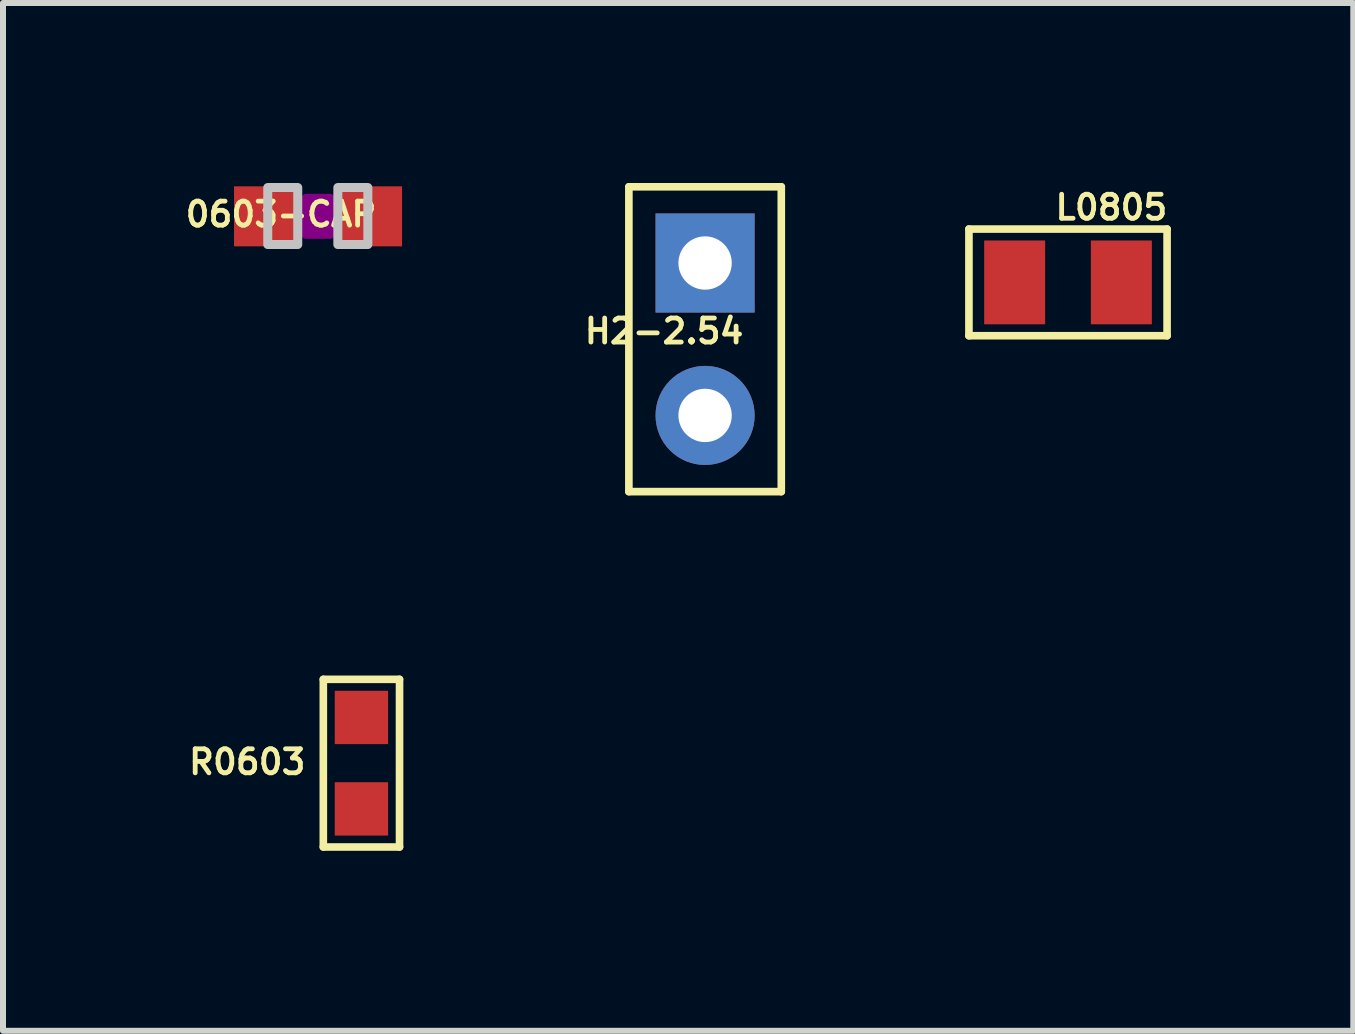
<source format=kicad_pcb>
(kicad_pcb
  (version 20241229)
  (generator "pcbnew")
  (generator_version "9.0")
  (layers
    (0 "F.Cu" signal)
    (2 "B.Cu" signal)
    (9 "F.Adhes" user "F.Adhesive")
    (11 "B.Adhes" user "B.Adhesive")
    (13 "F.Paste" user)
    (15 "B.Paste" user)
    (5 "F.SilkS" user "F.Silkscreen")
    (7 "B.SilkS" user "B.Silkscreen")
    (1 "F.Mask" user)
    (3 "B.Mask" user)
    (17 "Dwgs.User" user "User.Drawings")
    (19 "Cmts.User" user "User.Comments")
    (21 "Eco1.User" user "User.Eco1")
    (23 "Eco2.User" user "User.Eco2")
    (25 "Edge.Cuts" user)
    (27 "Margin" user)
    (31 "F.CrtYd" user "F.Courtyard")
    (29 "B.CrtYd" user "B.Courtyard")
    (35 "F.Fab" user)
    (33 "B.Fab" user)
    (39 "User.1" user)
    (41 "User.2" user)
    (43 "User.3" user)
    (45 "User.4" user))
  (footprint "R0603"
    (layer "F.Cu")
    (at 2.973 9.668)
    (property "Reference" "R0603" (at -0.889 -0.254 0) (layer "F.SilkS") (effects (font (size 0.4 0.4) (thickness 0.08)) (justify right top)))
    (attr through_hole)
    (fp_line (start -0.635 -1.397) (end 0.635 -1.397) (stroke (width 0.127) (type solid)) (layer "F.SilkS"))
    (fp_line (start -0.635 1.397) (end -0.635 -1.397) (stroke (width 0.127) (type solid)) (layer "F.SilkS"))
    (fp_line (start 0.635 -1.397) (end 0.635 1.397) (stroke (width 0.127) (type solid)) (layer "F.SilkS"))
    (fp_line (start 0.635 1.397) (end -0.635 1.397) (stroke (width 0.127) (type solid)) (layer "F.SilkS"))
    (pad "1" smd rect (at 0 -0.762 270) (size 0.889 0.889) (layers "F.Cu" "F.Mask" "F.Paste"))
    (pad "2" smd rect (at 0 0.762 270) (size 0.889 0.889) (layers "F.Cu" "F.Mask" "F.Paste")))
  (footprint "H2-2.54"
    (layer "F.Cu")
    (at 8.7 2.603)
    (property "Reference" "H2-2.54" (at -2.05 0.1 180) (layer "F.SilkS") (effects (font (size 0.4 0.4) (thickness 0.08)) (justify left bottom)))
    (attr through_hole)
    (fp_line (start -1.27 -2.54) (end 1.27 -2.54) (stroke (width 0.127) (type solid)) (layer "F.SilkS"))
    (fp_line (start -1.27 2.54) (end -1.27 -2.54) (stroke (width 0.127) (type solid)) (layer "F.SilkS"))
    (fp_line (start 1.27 -2.54) (end 1.27 2.54) (stroke (width 0.127) (type solid)) (layer "F.SilkS"))
    (fp_line (start 1.27 2.54) (end -1.27 2.54) (stroke (width 0.127) (type solid)) (layer "F.SilkS"))
    (pad "1" thru_hole rect (at 0 -1.27) (size 1.651 1.651) (drill 0.889) (layers "*.Cu" "*.Mask"))
    (pad "2" thru_hole circle (at 0 1.27) (size 1.651 1.651) (drill 0.889) (layers "*.Cu" "*.Mask")))
  (footprint "L0805"
    (layer "F.Cu")
    (at 14.748 1.656)
    (property "Reference" "L0805" (at -0.254 -1.016 180) (layer "F.SilkS") (effects (font (size 0.4 0.4) (thickness 0.08)) (justify left bottom)))
    (attr through_hole)
    (fp_line (start -1.651 -0.889) (end 1.651 -0.889) (stroke (width 0.127) (type solid)) (layer "F.SilkS"))
    (fp_line (start -1.651 0.889) (end -1.651 -0.889) (stroke (width 0.127) (type solid)) (layer "F.SilkS"))
    (fp_line (start 1.651 -0.889) (end 1.651 0.889) (stroke (width 0.127) (type solid)) (layer "F.SilkS"))
    (fp_line (start 1.651 0.889) (end -1.651 0.889) (stroke (width 0.127) (type solid)) (layer "F.SilkS"))
    (pad "1" smd rect (at -0.889 0) (size 1.016 1.397) (layers "F.Cu" "F.Mask" "F.Paste"))
    (pad "2" smd rect (at 0.889 0) (size 1.016 1.397) (layers "F.Cu" "F.Mask" "F.Paste")))
  (footprint "0603-CAP"
    (layer "F.Cu")
    (at 2.25 0.555)
    (property "Reference" "0603-CAP" (at -2.25 0.2 0) (layer "F.SilkS") (effects (font (size 0.4 0.4) (thickness 0.08)) (justify left bottom)))
    (attr through_hole)
    (fp_poly (pts (xy -0.2 0.3) (xy 0.2 0.3) (xy 0.2 -0.3) (xy -0.2 -0.3)) (stroke (width 0.15) (type solid)) (fill yes) (layer "F.Adhes"))
    (fp_poly (pts (xy -0.838 0.47) (xy -0.338 0.47) (xy -0.338 -0.48) (xy -0.838 -0.48)) (stroke (width 0.15) (type solid)) (fill no) (layer "Dwgs.User"))
    (fp_poly (pts (xy 0.33 0.47) (xy 0.83 0.47) (xy 0.83 -0.48) (xy 0.33 -0.48)) (stroke (width 0.15) (type solid)) (fill no) (layer "Dwgs.User"))
    (pad "1" smd rect (at -0.85 0) (size 1.1 1) (layers "F.Cu" "F.Mask" "F.Paste"))
    (pad "2" smd rect (at 0.85 0) (size 1.1 1) (layers "F.Cu" "F.Mask" "F.Paste")))
  (gr_rect
    (start -3 -3)
    (end 19.502 14.128)
    (stroke (width 0.1) (type default))
    (fill no)
    (layer "Edge.Cuts")))
</source>
